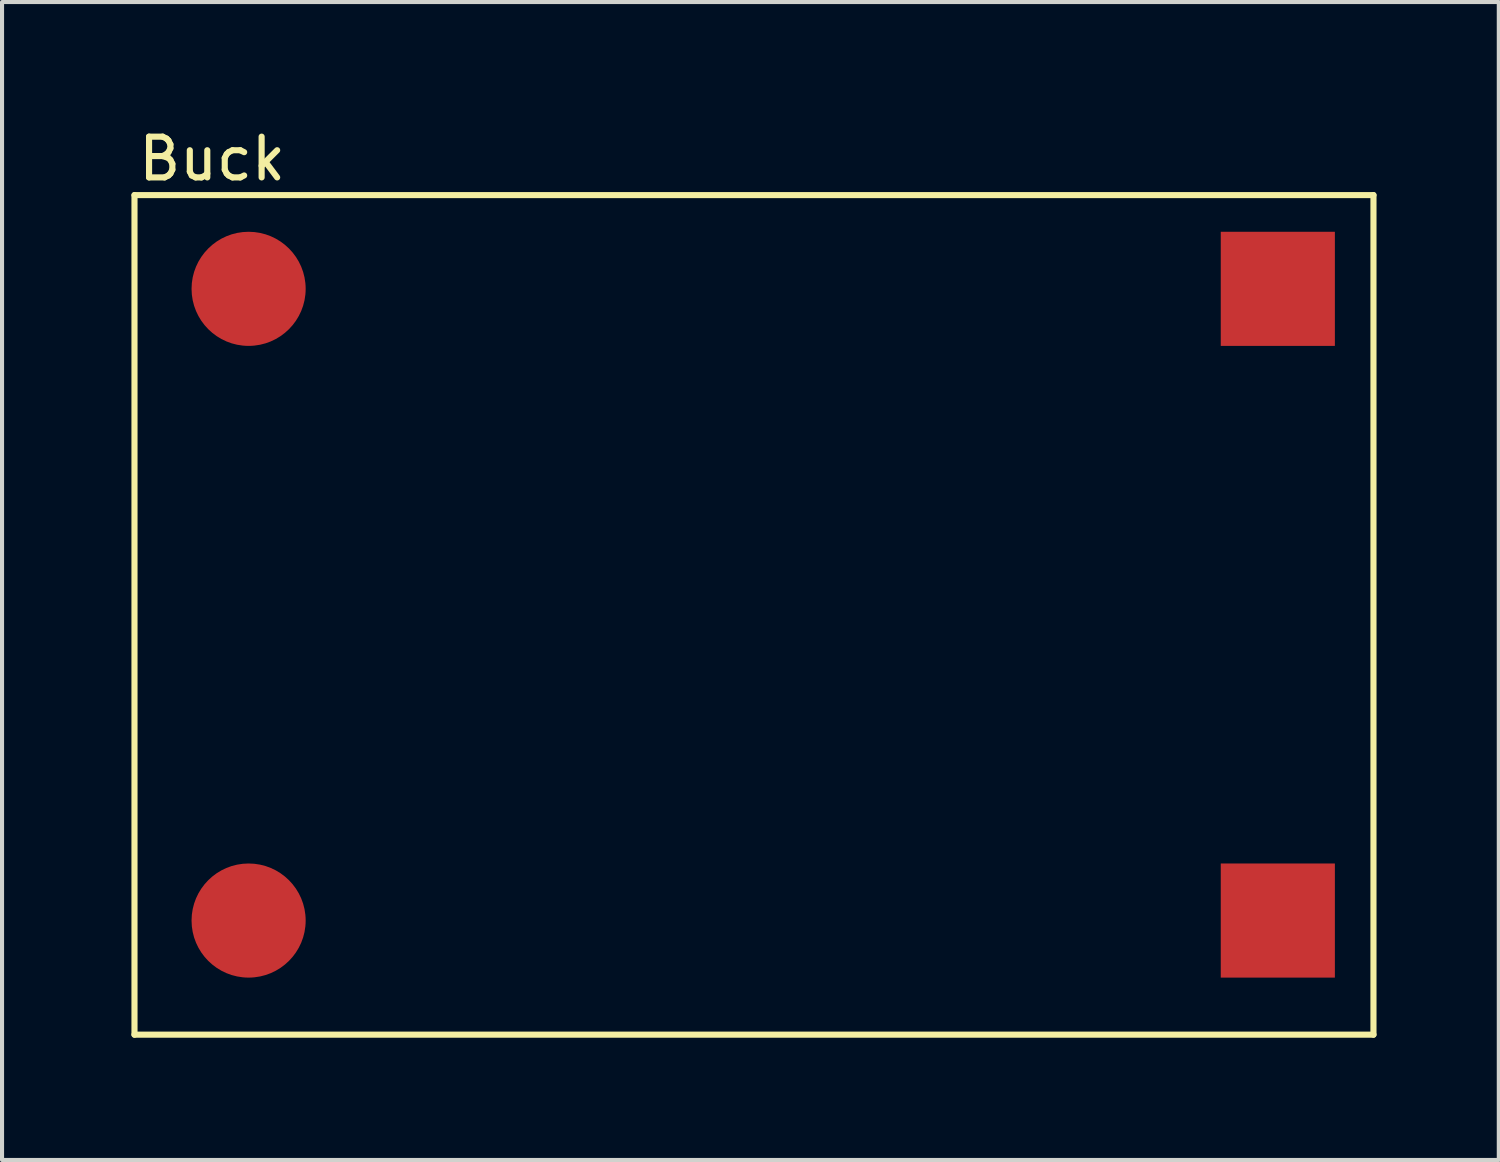
<source format=kicad_pcb>
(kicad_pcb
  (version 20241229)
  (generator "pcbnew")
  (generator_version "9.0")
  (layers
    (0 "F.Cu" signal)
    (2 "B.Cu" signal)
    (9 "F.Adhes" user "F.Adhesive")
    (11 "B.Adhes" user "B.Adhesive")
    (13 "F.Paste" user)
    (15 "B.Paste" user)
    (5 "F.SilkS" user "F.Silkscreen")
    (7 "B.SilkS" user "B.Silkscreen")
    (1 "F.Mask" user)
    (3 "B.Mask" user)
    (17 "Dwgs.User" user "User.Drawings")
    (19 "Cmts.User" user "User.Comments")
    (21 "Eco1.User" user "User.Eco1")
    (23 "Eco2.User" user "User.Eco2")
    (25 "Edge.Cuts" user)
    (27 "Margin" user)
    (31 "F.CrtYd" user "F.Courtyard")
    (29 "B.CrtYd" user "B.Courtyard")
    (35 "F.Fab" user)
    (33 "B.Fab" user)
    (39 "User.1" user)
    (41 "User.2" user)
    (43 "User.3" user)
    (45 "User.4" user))
  (footprint "Buck"
    (layer "F.Cu")
    (at 0.25 1.737)
    (property "Reference" "Buck" (at 1.905 -0.889 0) (layer "F.SilkS") (effects (font (size 1 1) (thickness 0.15))))
    (attr through_hole)
    (fp_line (start 0 0) (end 0 20.6) (stroke (width 0.15) (type solid)) (layer "F.SilkS"))
    (fp_line (start 0 0) (end 30.4 0) (stroke (width 0.15) (type solid)) (layer "F.SilkS"))
    (fp_line (start 0 20.6) (end 30.4 20.6) (stroke (width 0.15) (type solid)) (layer "F.SilkS"))
    (fp_line (start 30.4 0) (end 30.4 20.6) (stroke (width 0.15) (type solid)) (layer "F.SilkS"))
    (pad "1" smd circle (at 2.8 2.3) (size 2.8 2.8) (layers "F.Cu" "F.Mask" "F.Paste"))
    (pad "2" smd circle (at 2.8 17.8) (size 2.8 2.8) (layers "F.Cu" "F.Mask" "F.Paste"))
    (pad "3" smd rect (at 28.053 2.3) (size 2.8 2.8) (layers "F.Cu" "F.Mask" "F.Paste"))
    (pad "4" smd rect (at 28.053 17.8) (size 2.8 2.8) (layers "F.Cu" "F.Mask" "F.Paste")))
  (gr_rect
    (start -3 -3)
    (end 33.725 25.412)
    (stroke (width 0.1) (type default))
    (fill no)
    (layer "Edge.Cuts")))
</source>
